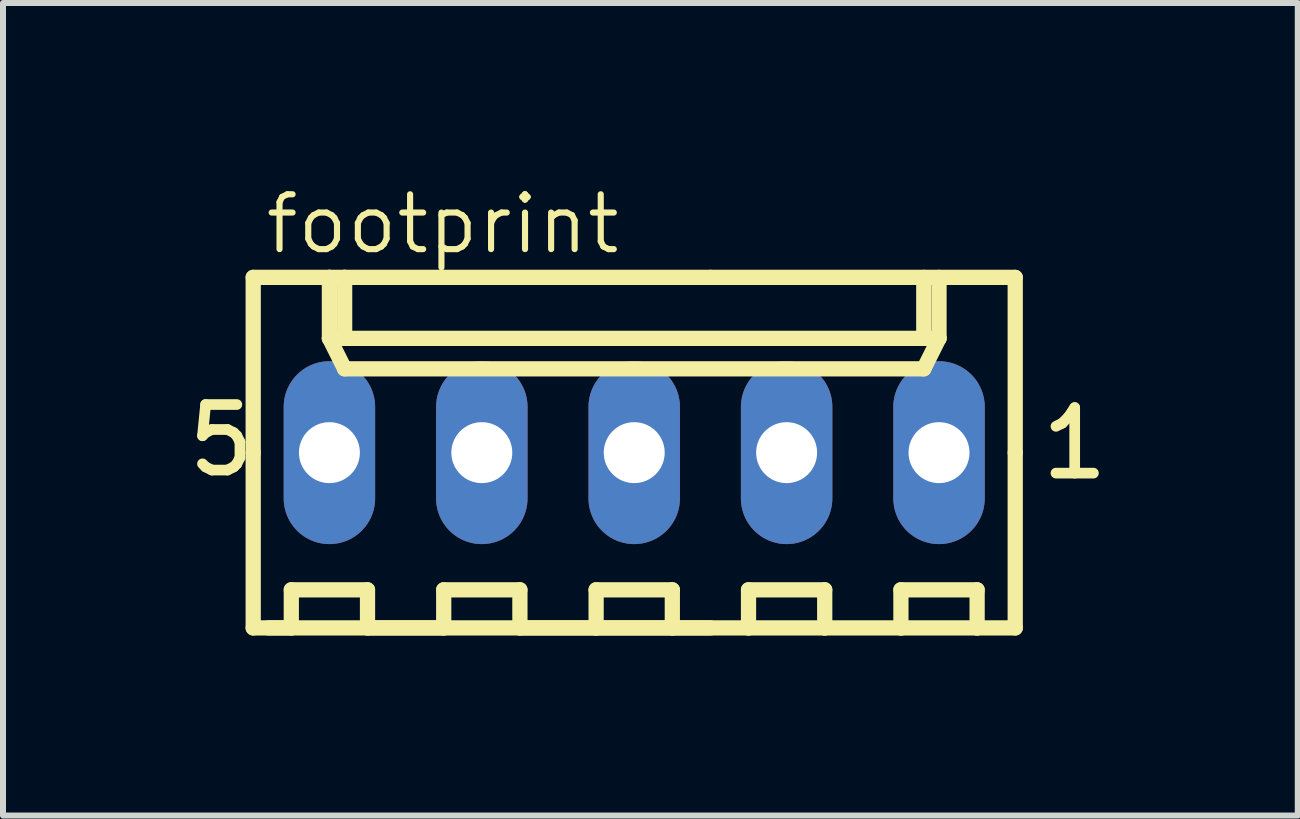
<source format=kicad_pcb>
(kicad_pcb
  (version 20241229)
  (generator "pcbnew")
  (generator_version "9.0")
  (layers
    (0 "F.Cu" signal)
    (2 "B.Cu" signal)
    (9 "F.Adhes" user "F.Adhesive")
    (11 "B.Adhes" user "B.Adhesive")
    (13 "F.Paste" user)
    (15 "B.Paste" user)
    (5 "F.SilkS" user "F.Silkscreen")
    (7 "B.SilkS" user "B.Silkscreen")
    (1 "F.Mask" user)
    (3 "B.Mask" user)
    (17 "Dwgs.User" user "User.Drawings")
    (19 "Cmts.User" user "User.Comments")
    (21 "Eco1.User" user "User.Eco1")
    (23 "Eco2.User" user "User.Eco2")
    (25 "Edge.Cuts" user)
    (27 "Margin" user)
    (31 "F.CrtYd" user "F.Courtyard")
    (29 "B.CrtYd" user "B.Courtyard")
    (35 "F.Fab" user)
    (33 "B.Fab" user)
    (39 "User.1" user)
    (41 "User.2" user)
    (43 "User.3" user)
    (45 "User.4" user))
  (footprint "footprint"
    (layer "F.Cu")
    (at 7.52 4.494)
    (property "Reference" "footprint" (at -6.196 -3.275 0) (layer "F.SilkS") (effects (font (size 0.914 0.914) (thickness 0.102)) (justify left bottom)))
    (fp_line (start -6.35 -2.921) (end -5.08 -2.921) (stroke (width 0.254) (type solid)) (layer "F.SilkS"))
    (fp_line (start -6.35 0) (end -6.35 -2.921) (stroke (width 0.254) (type solid)) (layer "F.SilkS"))
    (fp_line (start -6.35 0) (end -6.35 2.921) (stroke (width 0.254) (type solid)) (layer "F.SilkS"))
    (fp_line (start -6.35 2.921) (end 1.27 2.921) (stroke (width 0.254) (type solid)) (layer "F.SilkS"))
    (fp_line (start -6.096 2.921) (end -5.715 2.921) (stroke (width 0.254) (type solid)) (layer "F.SilkS"))
    (fp_line (start -5.715 2.286) (end -4.445 2.286) (stroke (width 0.254) (type solid)) (layer "F.SilkS"))
    (fp_line (start -5.715 2.921) (end -5.715 2.286) (stroke (width 0.254) (type solid)) (layer "F.SilkS"))
    (fp_line (start -5.08 -2.921) (end -4.826 -2.921) (stroke (width 0.254) (type solid)) (layer "F.SilkS"))
    (fp_line (start -5.08 -2.54) (end -5.08 -2.921) (stroke (width 0.127) (type solid)) (layer "F.SilkS"))
    (fp_line (start -5.08 -1.905) (end -5.08 -2.921) (stroke (width 0.254) (type solid)) (layer "F.SilkS"))
    (fp_line (start -5.08 -1.905) (end -4.826 -1.905) (stroke (width 0.254) (type solid)) (layer "F.SilkS"))
    (fp_line (start -5.08 -1.905) (end -4.826 -1.397) (stroke (width 0.254) (type solid)) (layer "F.SilkS"))
    (fp_line (start -4.826 -2.921) (end -4.826 -1.905) (stroke (width 0.254) (type solid)) (layer "F.SilkS"))
    (fp_line (start -4.826 -2.921) (end 1.27 -2.921) (stroke (width 0.254) (type solid)) (layer "F.SilkS"))
    (fp_line (start -4.826 -1.905) (end 4.826 -1.905) (stroke (width 0.254) (type solid)) (layer "F.SilkS"))
    (fp_line (start -4.826 -1.397) (end 4.826 -1.397) (stroke (width 0.254) (type solid)) (layer "F.SilkS"))
    (fp_line (start -4.445 2.286) (end -4.445 2.921) (stroke (width 0.254) (type solid)) (layer "F.SilkS"))
    (fp_line (start -4.445 2.921) (end -3.175 2.921) (stroke (width 0.254) (type solid)) (layer "F.SilkS"))
    (fp_line (start -3.175 2.286) (end -1.905 2.286) (stroke (width 0.254) (type solid)) (layer "F.SilkS"))
    (fp_line (start -3.175 2.921) (end -3.175 2.286) (stroke (width 0.254) (type solid)) (layer "F.SilkS"))
    (fp_line (start -1.905 2.286) (end -1.905 2.921) (stroke (width 0.254) (type solid)) (layer "F.SilkS"))
    (fp_line (start -1.905 2.921) (end -0.635 2.921) (stroke (width 0.254) (type solid)) (layer "F.SilkS"))
    (fp_line (start -0.635 2.286) (end 0.635 2.286) (stroke (width 0.254) (type solid)) (layer "F.SilkS"))
    (fp_line (start -0.635 2.921) (end -0.635 2.286) (stroke (width 0.254) (type solid)) (layer "F.SilkS"))
    (fp_line (start 0.635 2.286) (end 0.635 2.921) (stroke (width 0.254) (type solid)) (layer "F.SilkS"))
    (fp_line (start 0.635 2.921) (end -0.635 2.921) (stroke (width 0.254) (type solid)) (layer "F.SilkS"))
    (fp_line (start 0.635 2.921) (end 1.905 2.921) (stroke (width 0.254) (type solid)) (layer "F.SilkS"))
    (fp_line (start 1.905 2.286) (end 3.175 2.286) (stroke (width 0.254) (type solid)) (layer "F.SilkS"))
    (fp_line (start 1.905 2.921) (end 1.905 2.286) (stroke (width 0.254) (type solid)) (layer "F.SilkS"))
    (fp_line (start 3.175 2.286) (end 3.175 2.921) (stroke (width 0.254) (type solid)) (layer "F.SilkS"))
    (fp_line (start 3.175 2.921) (end 1.905 2.921) (stroke (width 0.254) (type solid)) (layer "F.SilkS"))
    (fp_line (start 3.175 2.921) (end 4.445 2.921) (stroke (width 0.254) (type solid)) (layer "F.SilkS"))
    (fp_line (start 4.445 2.286) (end 5.715 2.286) (stroke (width 0.254) (type solid)) (layer "F.SilkS"))
    (fp_line (start 4.445 2.921) (end 4.445 2.286) (stroke (width 0.254) (type solid)) (layer "F.SilkS"))
    (fp_line (start 4.826 -2.921) (end 4.826 -1.905) (stroke (width 0.254) (type solid)) (layer "F.SilkS"))
    (fp_line (start 4.826 -1.905) (end 5.08 -1.905) (stroke (width 0.254) (type solid)) (layer "F.SilkS"))
    (fp_line (start 4.826 -1.397) (end 5.08 -1.905) (stroke (width 0.254) (type solid)) (layer "F.SilkS"))
    (fp_line (start 5.08 -1.905) (end 5.08 -2.921) (stroke (width 0.254) (type solid)) (layer "F.SilkS"))
    (fp_line (start 5.715 2.286) (end 5.715 2.921) (stroke (width 0.254) (type solid)) (layer "F.SilkS"))
    (fp_line (start 5.715 2.921) (end 4.445 2.921) (stroke (width 0.254) (type solid)) (layer "F.SilkS"))
    (fp_line (start 5.715 2.921) (end 6.35 2.921) (stroke (width 0.254) (type solid)) (layer "F.SilkS"))
    (fp_line (start 6.35 -2.921) (end 1.27 -2.921) (stroke (width 0.254) (type solid)) (layer "F.SilkS"))
    (fp_line (start 6.35 0) (end 6.35 -2.921) (stroke (width 0.254) (type solid)) (layer "F.SilkS"))
    (fp_line (start 6.35 0) (end 6.35 2.921) (stroke (width 0.254) (type solid)) (layer "F.SilkS"))
    (fp_poly (pts (xy -5.334 0.254) (xy -4.826 0.254) (xy -4.826 -0.254) (xy -5.334 -0.254)) (stroke (width 0.1) (type solid)) (fill no) (layer "F.Fab"))
    (fp_poly (pts (xy -2.794 0.254) (xy -2.286 0.254) (xy -2.286 -0.254) (xy -2.794 -0.254)) (stroke (width 0.1) (type solid)) (fill no) (layer "F.Fab"))
    (fp_poly (pts (xy -0.254 0.254) (xy 0.254 0.254) (xy 0.254 -0.254) (xy -0.254 -0.254)) (stroke (width 0.1) (type solid)) (fill no) (layer "F.Fab"))
    (fp_poly (pts (xy 2.286 0.254) (xy 2.794 0.254) (xy 2.794 -0.254) (xy 2.286 -0.254)) (stroke (width 0.1) (type solid)) (fill no) (layer "F.Fab"))
    (fp_poly (pts (xy 4.826 0.254) (xy 5.334 0.254) (xy 5.334 -0.254) (xy 4.826 -0.254)) (stroke (width 0.1) (type solid)) (fill no) (layer "F.Fab"))
    (fp_text user "5" (at -7.52 0.433 0) (layer "F.SilkS") (effects (font (size 1.092 1.092) (thickness 0.178)) (justify left bottom)))
    (fp_text user "1" (at 6.704 0.484 0) (layer "F.SilkS") (effects (font (size 1.092 1.092) (thickness 0.178)) (justify left bottom)))
    (pad "1" thru_hole oval (at 5.08 0 90) (size 3.048 1.524) (drill 1.016) (layers "*.Cu" "*.Mask"))
    (pad "2" thru_hole oval (at 2.54 0 90) (size 3.048 1.524) (drill 1.016) (layers "*.Cu" "*.Mask"))
    (pad "3" thru_hole oval (at 0 0 90) (size 3.048 1.524) (drill 1.016) (layers "*.Cu" "*.Mask"))
    (pad "4" thru_hole oval (at -2.54 0 90) (size 3.048 1.524) (drill 1.016) (layers "*.Cu" "*.Mask"))
    (pad "5" thru_hole oval (at -5.08 0 90) (size 3.048 1.524) (drill 1.016) (layers "*.Cu" "*.Mask")))
  (gr_rect
    (start -3 -3)
    (end 18.579 10.542)
    (stroke (width 0.1) (type default))
    (fill no)
    (layer "Edge.Cuts")))
</source>
